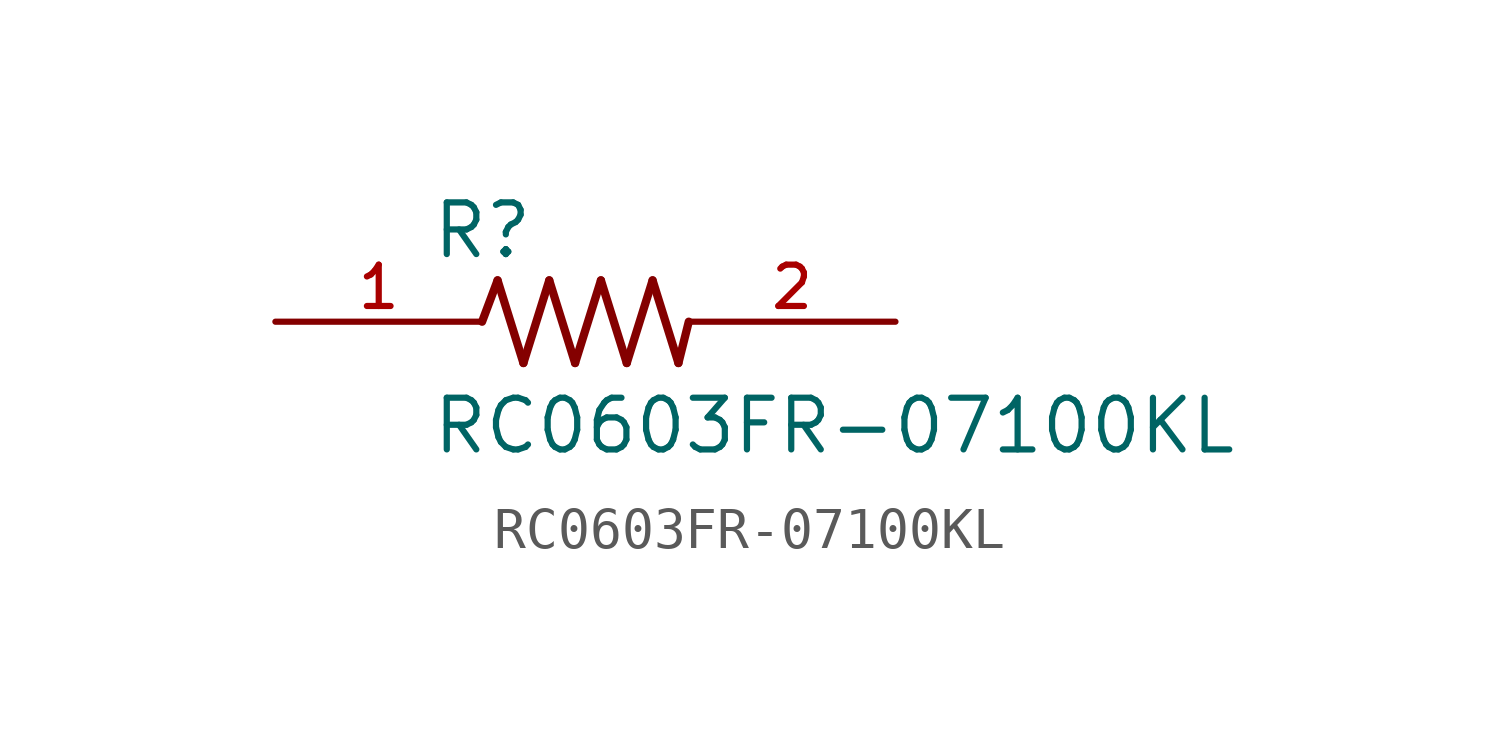
<source format=kicad_sym>
(kicad_symbol_lib
  (version 20211014)
  (generator kicad_symbol_editor)
  (symbol "RC0603FR-07100KL"
    (pin_names
      (offset 1.016))
    (property "Reference" "R"
      (at -3.81 1.499 0)
      (effects (font (size 1.27 1.27)) (justify bottom left)))
    (property "Value" "RC0603FR-07100KL"
      (at -3.81 -3.302 0)
      (effects (font (size 1.27 1.27)) (justify bottom left)))
    (symbol "RC0603FR-07100KL_0_0"
      (polyline (pts (xy -2.54 0.0) (xy -2.159 1.016)) (stroke (width 0.203)))
      (polyline (pts (xy -2.159 1.016) (xy -1.524 -1.016)) (stroke (width 0.203)))
      (polyline (pts (xy -1.524 -1.016) (xy -0.889 1.016)) (stroke (width 0.203)))
      (polyline (pts (xy -0.889 1.016) (xy -0.254 -1.016)) (stroke (width 0.203)))
      (polyline (pts (xy -0.254 -1.016) (xy 0.381 1.016)) (stroke (width 0.203)))
      (polyline (pts (xy 0.381 1.016) (xy 1.016 -1.016)) (stroke (width 0.203)))
      (polyline (pts (xy 1.016 -1.016) (xy 1.651 1.016)) (stroke (width 0.203)))
      (polyline (pts (xy 1.651 1.016) (xy 2.286 -1.016)) (stroke (width 0.203)))
      (polyline (pts (xy 2.286 -1.016) (xy 2.54 0.0)) (stroke (width 0.203)))
      (pin passive line (at 7.62 0.0 180.0) (length 5.08) (name "~" (effects (font (size 1.016 1.016)))) (number "2" (effects (font (size 1.016 1.016)))))
      (pin passive line (at -7.62 0.0 0) (length 5.08) (name "~" (effects (font (size 1.016 1.016)))) (number "1" (effects (font (size 1.016 1.016))))))))
</source>
